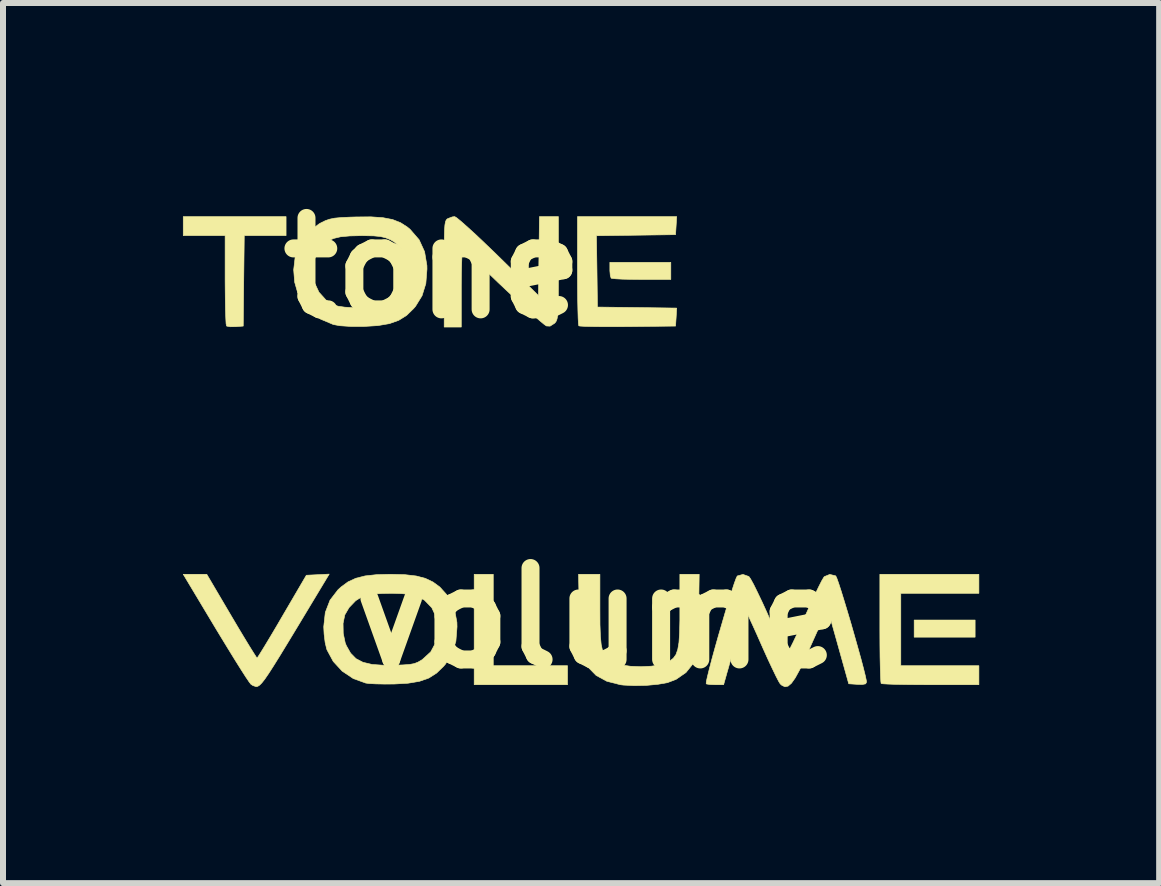
<source format=kicad_pcb>
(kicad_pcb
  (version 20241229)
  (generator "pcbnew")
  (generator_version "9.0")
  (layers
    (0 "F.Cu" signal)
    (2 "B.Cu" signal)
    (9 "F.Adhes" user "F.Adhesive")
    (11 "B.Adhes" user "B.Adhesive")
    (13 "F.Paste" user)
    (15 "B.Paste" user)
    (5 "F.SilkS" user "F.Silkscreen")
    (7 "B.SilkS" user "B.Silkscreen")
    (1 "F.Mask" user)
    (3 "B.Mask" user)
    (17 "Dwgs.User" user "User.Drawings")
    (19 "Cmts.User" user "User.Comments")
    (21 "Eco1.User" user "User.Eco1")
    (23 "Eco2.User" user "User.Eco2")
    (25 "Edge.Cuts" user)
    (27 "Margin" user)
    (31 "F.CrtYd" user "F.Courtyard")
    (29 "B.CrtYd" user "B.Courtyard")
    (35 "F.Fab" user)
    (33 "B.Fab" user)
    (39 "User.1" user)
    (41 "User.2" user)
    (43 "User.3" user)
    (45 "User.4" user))
  (footprint "volume"
    (layer "F.Cu")
    (at 6.919 7.254)
    (property "Reference" "volume" (at 0 0 0) (layer "F.SilkS") (effects (font (size 1.524 1.524) (thickness 0.3))))
    (attr through_hole)
    (fp_poly (pts (xy 6.287 0.318) (xy 5.271 0.318) (xy 5.271 0.032) (xy 6.287 0.032) (xy 6.287 0.318)) (stroke (width 0.01) (type solid)) (fill yes) (layer "F.SilkS"))
    (fp_poly (pts (xy -1.746 0.794) (xy -0.508 0.794) (xy -0.508 1.111) (xy -2.064 1.111) (xy -2.064 -0.73) (xy -1.746 -0.73) (xy -1.746 0.794)) (stroke (width 0.01) (type solid)) (fill yes) (layer "F.SilkS"))
    (fp_poly (pts (xy 6.35 -0.413) (xy 5.048 -0.413) (xy 5.048 0.794) (xy 6.35 0.794) (xy 6.35 1.111) (xy 5.546 1.111) (xy 5.326 1.11) (xy 5.127 1.108) (xy 4.959 1.105) (xy 4.829 1.1) (xy 4.746 1.095) (xy 4.72 1.09) (xy 4.715 1.054) (xy 4.71 0.963) (xy 4.706 0.824) (xy 4.702 0.647) (xy 4.7 0.44) (xy 4.699 0.21) (xy 4.699 0.169) (xy 4.699 -0.73) (xy 6.35 -0.73) (xy 6.35 -0.413)) (stroke (width 0.01) (type solid)) (fill yes) (layer "F.SilkS"))
    (fp_poly (pts (xy -5.022 0.165) (xy -5.179 0.424) (xy -5.307 0.634) (xy -5.41 0.799) (xy -5.491 0.925) (xy -5.554 1.017) (xy -5.603 1.079) (xy -5.64 1.117) (xy -5.671 1.137) (xy -5.697 1.143) (xy -5.699 1.143) (xy -5.752 1.125) (xy -5.786 1.103) (xy -5.814 1.067) (xy -5.871 0.983) (xy -5.951 0.858) (xy -6.051 0.699) (xy -6.166 0.512) (xy -6.293 0.304) (xy -6.376 0.167) (xy -6.914 -0.73) (xy -6.522 -0.73) (xy -6.111 -0.032) (xy -5.999 0.157) (xy -5.897 0.327) (xy -5.81 0.47) (xy -5.742 0.579) (xy -5.699 0.646) (xy -5.683 0.666) (xy -5.664 0.639) (xy -5.617 0.565) (xy -5.547 0.451) (xy -5.458 0.303) (xy -5.356 0.131) (xy -5.265 -0.025) (xy -4.862 -0.714) (xy -4.481 -0.733) (xy -5.022 0.165)) (stroke (width 0.01) (type solid)) (fill yes) (layer "F.SilkS"))
    (fp_poly (pts (xy 0.032 -0.135) (xy 0.033 0.108) (xy 0.04 0.297) (xy 0.053 0.439) (xy 0.076 0.544) (xy 0.111 0.62) (xy 0.16 0.677) (xy 0.225 0.722) (xy 0.27 0.745) (xy 0.385 0.781) (xy 0.54 0.803) (xy 0.715 0.81) (xy 0.888 0.802) (xy 1.038 0.779) (xy 1.118 0.754) (xy 1.197 0.715) (xy 1.256 0.669) (xy 1.3 0.608) (xy 1.33 0.523) (xy 1.35 0.406) (xy 1.36 0.247) (xy 1.365 0.039) (xy 1.365 -0.119) (xy 1.365 -0.73) (xy 1.687 -0.73) (xy 1.677 -0.056) (xy 1.673 0.169) (xy 1.669 0.34) (xy 1.664 0.467) (xy 1.656 0.559) (xy 1.644 0.626) (xy 1.628 0.678) (xy 1.606 0.724) (xy 1.59 0.754) (xy 1.467 0.907) (xy 1.301 1.022) (xy 1.159 1.076) (xy 0.999 1.104) (xy 0.805 1.122) (xy 0.605 1.126) (xy 0.425 1.117) (xy 0.374 1.111) (xy 0.147 1.053) (xy -0.031 0.956) (xy -0.166 0.818) (xy -0.243 0.682) (xy -0.263 0.625) (xy -0.278 0.552) (xy -0.29 0.453) (xy -0.299 0.319) (xy -0.306 0.14) (xy -0.311 -0.087) (xy -0.324 -0.73) (xy 0.032 -0.73) (xy 0.032 -0.135)) (stroke (width 0.01) (type solid)) (fill yes) (layer "F.SilkS"))
    (fp_poly (pts (xy -3.221 -0.724) (xy -3.031 -0.702) (xy -2.878 -0.662) (xy -2.75 -0.601) (xy -2.637 -0.518) (xy -2.488 -0.353) (xy -2.394 -0.158) (xy -2.352 0.071) (xy -2.35 0.145) (xy -2.369 0.386) (xy -2.432 0.589) (xy -2.542 0.766) (xy -2.573 0.803) (xy -2.691 0.917) (xy -2.821 1) (xy -2.976 1.054) (xy -3.168 1.086) (xy -3.397 1.099) (xy -3.555 1.1) (xy -3.701 1.097) (xy -3.816 1.091) (xy -3.873 1.083) (xy -4.08 1.008) (xy -4.265 0.884) (xy -4.414 0.722) (xy -4.516 0.533) (xy -4.523 0.515) (xy -4.549 0.405) (xy -4.566 0.265) (xy -4.572 0.145) (xy -4.566 0.089) (xy -4.25 0.089) (xy -4.247 0.255) (xy -4.214 0.413) (xy -4.195 0.46) (xy -4.124 0.585) (xy -4.035 0.676) (xy -3.918 0.737) (xy -3.766 0.773) (xy -3.567 0.787) (xy -3.411 0.786) (xy -3.253 0.781) (xy -3.142 0.773) (xy -3.064 0.759) (xy -3.002 0.735) (xy -2.94 0.699) (xy -2.927 0.69) (xy -2.788 0.563) (xy -2.7 0.399) (xy -2.667 0.208) (xy -2.667 0.191) (xy -2.694 -0.007) (xy -2.77 -0.172) (xy -2.893 -0.299) (xy -3.045 -0.377) (xy -3.141 -0.396) (xy -3.278 -0.408) (xy -3.438 -0.413) (xy -3.601 -0.41) (xy -3.75 -0.4) (xy -3.866 -0.383) (xy -3.914 -0.369) (xy -4.04 -0.29) (xy -4.15 -0.175) (xy -4.221 -0.053) (xy -4.25 0.089) (xy -4.566 0.089) (xy -4.546 -0.094) (xy -4.467 -0.299) (xy -4.334 -0.472) (xy -4.284 -0.518) (xy -4.167 -0.604) (xy -4.037 -0.664) (xy -3.883 -0.703) (xy -3.691 -0.724) (xy -3.461 -0.73) (xy -3.221 -0.724)) (stroke (width 0.01) (type solid)) (fill yes) (layer "F.SilkS"))
    (fp_poly (pts (xy 2.513 -0.694) (xy 2.517 -0.691) (xy 2.545 -0.651) (xy 2.594 -0.562) (xy 2.658 -0.432) (xy 2.734 -0.273) (xy 2.817 -0.092) (xy 2.843 -0.032) (xy 2.925 0.153) (xy 2.999 0.317) (xy 3.062 0.453) (xy 3.108 0.552) (xy 3.135 0.604) (xy 3.138 0.61) (xy 3.157 0.589) (xy 3.196 0.517) (xy 3.253 0.403) (xy 3.323 0.255) (xy 3.402 0.08) (xy 3.442 -0.009) (xy 3.527 -0.199) (xy 3.606 -0.37) (xy 3.675 -0.513) (xy 3.729 -0.62) (xy 3.765 -0.681) (xy 3.773 -0.691) (xy 3.864 -0.728) (xy 3.959 -0.705) (xy 3.964 -0.702) (xy 3.981 -0.667) (xy 4.012 -0.58) (xy 4.054 -0.451) (xy 4.104 -0.289) (xy 4.16 -0.104) (xy 4.219 0.095) (xy 4.277 0.298) (xy 4.333 0.496) (xy 4.384 0.679) (xy 4.426 0.838) (xy 4.457 0.963) (xy 4.474 1.044) (xy 4.477 1.067) (xy 4.462 1.096) (xy 4.407 1.107) (xy 4.328 1.105) (xy 4.18 1.095) (xy 4.015 0.505) (xy 3.963 0.319) (xy 3.916 0.153) (xy 3.878 0.017) (xy 3.85 -0.08) (xy 3.837 -0.126) (xy 3.837 -0.127) (xy 3.82 -0.112) (xy 3.783 -0.046) (xy 3.729 0.062) (xy 3.662 0.205) (xy 3.585 0.376) (xy 3.56 0.432) (xy 3.452 0.674) (xy 3.363 0.861) (xy 3.288 0.997) (xy 3.225 1.086) (xy 3.169 1.134) (xy 3.118 1.145) (xy 3.068 1.123) (xy 3.038 1.097) (xy 3.012 1.055) (xy 2.965 0.964) (xy 2.902 0.833) (xy 2.827 0.673) (xy 2.746 0.493) (xy 2.726 0.448) (xy 2.647 0.269) (xy 2.576 0.112) (xy 2.517 -0.015) (xy 2.475 -0.102) (xy 2.454 -0.143) (xy 2.452 -0.144) (xy 2.44 -0.112) (xy 2.415 -0.03) (xy 2.38 0.092) (xy 2.337 0.243) (xy 2.315 0.321) (xy 2.266 0.499) (xy 2.219 0.669) (xy 2.178 0.816) (xy 2.147 0.923) (xy 2.141 0.945) (xy 2.094 1.111) (xy 1.957 1.111) (xy 1.87 1.108) (xy 1.813 1.099) (xy 1.804 1.095) (xy 1.806 1.059) (xy 1.825 0.973) (xy 1.857 0.844) (xy 1.899 0.683) (xy 1.95 0.498) (xy 2.006 0.299) (xy 2.065 0.096) (xy 2.123 -0.103) (xy 2.179 -0.288) (xy 2.23 -0.45) (xy 2.272 -0.579) (xy 2.304 -0.666) (xy 2.322 -0.702) (xy 2.322 -0.702) (xy 2.417 -0.728) (xy 2.513 -0.694)) (stroke (width 0.01) (type solid)) (fill yes) (layer "F.SilkS")))
  (footprint "tone"
    (layer "F.Cu")
    (at 4.164 1.418)
    (property "Reference" "tone" (at 0 0 0) (layer "F.SilkS") (effects (font (size 1.524 1.524) (thickness 0.3))))
    (attr through_hole)
    (fp_poly (pts (xy 3.969 0.191) (xy 3.482 0.191) (xy 3.312 0.189) (xy 3.165 0.186) (xy 3.053 0.18) (xy 2.987 0.173) (xy 2.974 0.169) (xy 2.96 0.126) (xy 2.953 0.047) (xy 2.953 0.026) (xy 2.953 -0.095) (xy 3.969 -0.095) (xy 3.969 0.191)) (stroke (width 0.01) (type solid)) (fill yes) (layer "F.SilkS"))
    (fp_poly (pts (xy -2.445 -0.54) (xy -3.142 -0.54) (xy -3.151 0.214) (xy -3.159 0.968) (xy -3.287 0.978) (xy -3.374 0.979) (xy -3.431 0.969) (xy -3.438 0.965) (xy -3.445 0.928) (xy -3.45 0.836) (xy -3.455 0.7) (xy -3.458 0.528) (xy -3.46 0.328) (xy -3.461 0.201) (xy -3.461 -0.54) (xy -4.159 -0.54) (xy -4.159 -0.857) (xy -2.445 -0.857) (xy -2.445 -0.54)) (stroke (width 0.01) (type solid)) (fill yes) (layer "F.SilkS"))
    (fp_poly (pts (xy 4.048 -0.556) (xy 3.389 -0.547) (xy 2.729 -0.538) (xy 2.738 0.056) (xy 2.746 0.651) (xy 3.407 0.659) (xy 4.067 0.668) (xy 4.058 0.818) (xy 4.048 0.968) (xy 3.252 0.977) (xy 3.034 0.978) (xy 2.836 0.978) (xy 2.669 0.976) (xy 2.54 0.973) (xy 2.459 0.968) (xy 2.435 0.964) (xy 2.429 0.927) (xy 2.424 0.836) (xy 2.42 0.698) (xy 2.416 0.52) (xy 2.414 0.313) (xy 2.413 0.083) (xy 2.413 0.042) (xy 2.413 -0.857) (xy 3.24 -0.857) (xy 4.067 -0.857) (xy 4.048 -0.556)) (stroke (width 0.01) (type solid)) (fill yes) (layer "F.SilkS"))
    (fp_poly (pts (xy 2.095 0) (xy 2.095 0.256) (xy 2.094 0.456) (xy 2.092 0.608) (xy 2.088 0.719) (xy 2.082 0.797) (xy 2.072 0.85) (xy 2.059 0.885) (xy 2.043 0.909) (xy 2.03 0.922) (xy 1.956 0.969) (xy 1.895 0.966) (xy 1.857 0.939) (xy 1.781 0.876) (xy 1.674 0.782) (xy 1.543 0.664) (xy 1.397 0.529) (xy 1.242 0.385) (xy 1.085 0.237) (xy 0.935 0.093) (xy 0.798 -0.04) (xy 0.683 -0.156) (xy 0.621 -0.219) (xy 0.558 -0.28) (xy 0.511 -0.314) (xy 0.502 -0.318) (xy 0.494 -0.287) (xy 0.487 -0.203) (xy 0.482 -0.074) (xy 0.478 0.09) (xy 0.476 0.281) (xy 0.476 0.333) (xy 0.476 0.984) (xy 0.191 0.984) (xy 0.191 0.096) (xy 0.191 -0.165) (xy 0.192 -0.369) (xy 0.194 -0.525) (xy 0.197 -0.638) (xy 0.203 -0.717) (xy 0.212 -0.768) (xy 0.224 -0.799) (xy 0.239 -0.816) (xy 0.252 -0.824) (xy 0.326 -0.852) (xy 0.366 -0.857) (xy 0.401 -0.836) (xy 0.475 -0.775) (xy 0.582 -0.68) (xy 0.716 -0.558) (xy 0.87 -0.412) (xy 1.039 -0.25) (xy 1.09 -0.2) (xy 1.762 0.458) (xy 1.771 -0.2) (xy 1.779 -0.857) (xy 2.095 -0.857) (xy 2.095 0)) (stroke (width 0.01) (type solid)) (fill yes) (layer "F.SilkS"))
    (fp_poly (pts (xy -0.83 -0.839) (xy -0.669 -0.808) (xy -0.537 -0.756) (xy -0.422 -0.682) (xy -0.375 -0.642) (xy -0.227 -0.471) (xy -0.136 -0.272) (xy -0.097 -0.04) (xy -0.096 0.018) (xy -0.115 0.259) (xy -0.178 0.462) (xy -0.287 0.639) (xy -0.319 0.676) (xy -0.436 0.79) (xy -0.567 0.872) (xy -0.722 0.927) (xy -0.915 0.96) (xy -1.143 0.974) (xy -1.37 0.974) (xy -1.548 0.962) (xy -1.657 0.942) (xy -1.87 0.852) (xy -2.049 0.717) (xy -2.161 0.579) (xy -2.253 0.406) (xy -2.302 0.235) (xy -2.316 0.056) (xy -2 0.056) (xy -1.973 0.24) (xy -1.897 0.403) (xy -1.78 0.533) (xy -1.632 0.619) (xy -1.576 0.637) (xy -1.465 0.653) (xy -1.318 0.661) (xy -1.155 0.661) (xy -0.997 0.653) (xy -0.864 0.639) (xy -0.784 0.621) (xy -0.62 0.532) (xy -0.503 0.401) (xy -0.433 0.229) (xy -0.413 0.044) (xy -0.439 -0.151) (xy -0.515 -0.312) (xy -0.639 -0.433) (xy -0.708 -0.473) (xy -0.786 -0.505) (xy -0.873 -0.525) (xy -0.984 -0.536) (xy -1.137 -0.539) (xy -1.177 -0.54) (xy -1.382 -0.535) (xy -1.536 -0.521) (xy -1.653 -0.493) (xy -1.744 -0.449) (xy -1.822 -0.385) (xy -1.833 -0.373) (xy -1.934 -0.243) (xy -1.987 -0.101) (xy -2 0.056) (xy -2.316 0.056) (xy -2.318 0.035) (xy -2.318 0.029) (xy -2.29 -0.212) (xy -2.208 -0.423) (xy -2.075 -0.599) (xy -1.893 -0.737) (xy -1.862 -0.754) (xy -1.789 -0.79) (xy -1.719 -0.814) (xy -1.637 -0.831) (xy -1.53 -0.841) (xy -1.382 -0.848) (xy -1.281 -0.851) (xy -1.03 -0.853) (xy -0.83 -0.839)) (stroke (width 0.01) (type solid)) (fill yes) (layer "F.SilkS")))
  (gr_rect
    (start -3 -3)
    (end 16.274 11.672)
    (stroke (width 0.1) (type default))
    (fill no)
    (layer "Edge.Cuts")))
</source>
